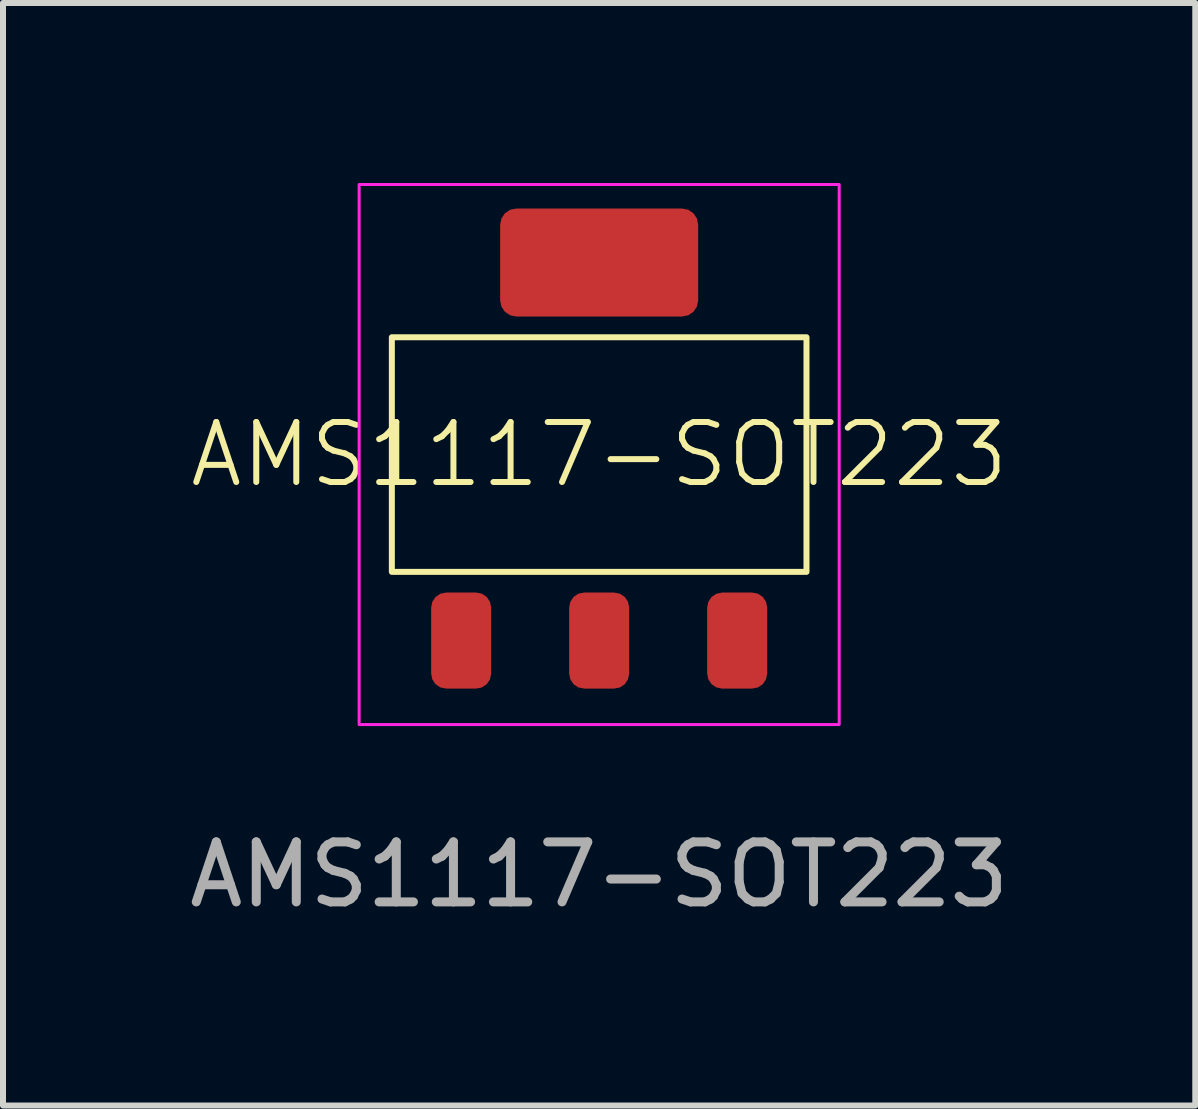
<source format=kicad_pcb>
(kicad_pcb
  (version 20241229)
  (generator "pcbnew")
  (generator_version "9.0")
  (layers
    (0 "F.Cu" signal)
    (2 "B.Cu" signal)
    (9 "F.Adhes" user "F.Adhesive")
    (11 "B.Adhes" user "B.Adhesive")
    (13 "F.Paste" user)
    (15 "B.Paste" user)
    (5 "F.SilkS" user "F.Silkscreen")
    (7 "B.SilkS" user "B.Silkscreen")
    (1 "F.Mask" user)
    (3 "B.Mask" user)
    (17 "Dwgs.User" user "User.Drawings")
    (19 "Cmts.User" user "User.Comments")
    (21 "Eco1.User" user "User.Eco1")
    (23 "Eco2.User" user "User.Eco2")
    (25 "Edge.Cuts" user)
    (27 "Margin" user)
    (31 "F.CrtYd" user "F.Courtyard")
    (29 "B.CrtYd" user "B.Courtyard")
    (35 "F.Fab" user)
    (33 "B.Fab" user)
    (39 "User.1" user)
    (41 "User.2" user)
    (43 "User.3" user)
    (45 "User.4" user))
  (footprint "AMS1117-SOT223"
    (layer "F.Cu")
    (at 6.935 4.525)
    (property "Reference" "AMS1117-SOT223" (at 0 0 0) (unlocked yes) (layer "F.SilkS") (effects (font (size 1 1) (thickness 0.1))))
    (attr smd)
    (fp_rect (start -3.455 -1.955) (end 3.455 1.955) (stroke (width 0.1) (type solid)) (fill no) (layer "F.SilkS"))
    (fp_rect (start -4 -4.5) (end 4 4.5) (stroke (width 0.05) (type solid)) (fill no) (layer "F.CrtYd"))
    (fp_text user "${REFERENCE}" (at 0 7 0) (unlocked yes) (layer "F.Fab") (effects (font (size 1 1) (thickness 0.15))))
    (pad "1" smd roundrect (at -2.3 3.1) (size 1 1.6) (layers "F.Cu" "F.Mask" "F.Paste") (roundrect_rratio 0.25))
    (pad "2" smd roundrect (at 0 3.1) (size 1 1.6) (layers "F.Cu" "F.Mask" "F.Paste") (roundrect_rratio 0.25))
    (pad "3" smd roundrect (at 2.3 3.1) (size 1 1.6) (layers "F.Cu" "F.Mask" "F.Paste") (roundrect_rratio 0.25))
    (pad "4" smd roundrect (at 0 -3.2) (size 3.3 1.8) (layers "F.Cu" "F.Mask" "F.Paste") (roundrect_rratio 0.15)))
  (gr_rect
    (start -3 -3)
    (end 16.869 15.373)
    (stroke (width 0.1) (type default))
    (fill no)
    (layer "Edge.Cuts")))
</source>
